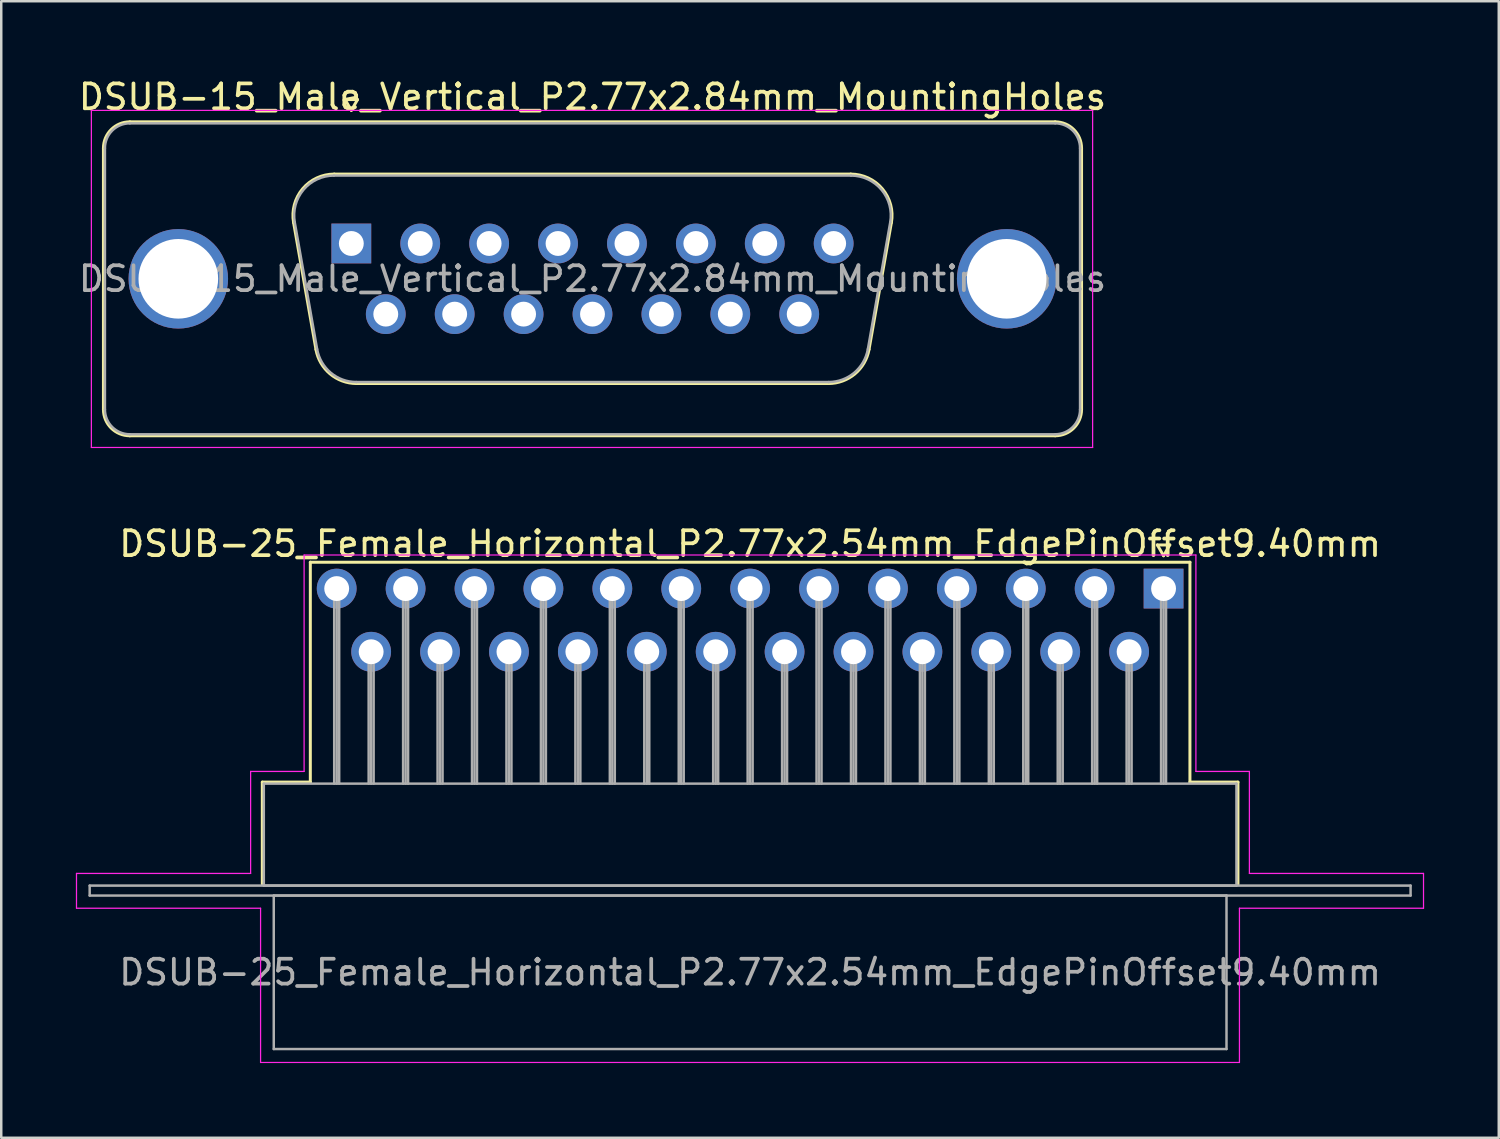
<source format=kicad_pcb>
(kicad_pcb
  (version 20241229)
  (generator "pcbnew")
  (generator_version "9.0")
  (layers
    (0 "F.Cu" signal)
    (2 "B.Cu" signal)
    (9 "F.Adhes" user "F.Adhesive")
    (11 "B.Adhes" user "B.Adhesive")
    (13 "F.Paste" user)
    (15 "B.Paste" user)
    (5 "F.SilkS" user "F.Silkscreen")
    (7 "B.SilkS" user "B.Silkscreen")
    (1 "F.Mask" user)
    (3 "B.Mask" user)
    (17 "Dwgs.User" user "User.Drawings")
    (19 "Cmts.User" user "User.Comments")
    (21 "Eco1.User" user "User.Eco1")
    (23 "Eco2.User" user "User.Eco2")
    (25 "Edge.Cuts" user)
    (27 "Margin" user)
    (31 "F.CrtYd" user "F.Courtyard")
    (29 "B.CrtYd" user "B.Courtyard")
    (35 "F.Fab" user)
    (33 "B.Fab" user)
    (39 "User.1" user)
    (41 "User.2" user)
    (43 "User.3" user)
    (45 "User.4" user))
  (footprint "DSUB-25_Female_Horizontal_P2.77x2.54mm_EdgePinOffset9.40mm"
    (layer "F.Cu")
    (at 43.725 20.611)
    (property "Reference" "DSUB-25_Female_Horizontal_P2.77x2.54mm_EdgePinOffset9.40mm" (at -16.62 -1.8 0) (layer "F.SilkS") (effects (font (size 1 1) (thickness 0.15))))
    (attr through_hole)
    (fp_line (start -36.23 7.78) (end -34.3 7.78) (stroke (width 0.12) (type solid)) (layer "F.SilkS"))
    (fp_line (start -36.23 11.88) (end -36.23 7.78) (stroke (width 0.12) (type solid)) (layer "F.SilkS"))
    (fp_line (start -34.3 -1.06) (end 1.06 -1.06) (stroke (width 0.12) (type solid)) (layer "F.SilkS"))
    (fp_line (start -34.3 7.78) (end -34.3 -1.06) (stroke (width 0.12) (type solid)) (layer "F.SilkS"))
    (fp_line (start -0.25 -1.754) (end 0.25 -1.754) (stroke (width 0.12) (type solid)) (layer "F.SilkS"))
    (fp_line (start 0 -1.321) (end -0.25 -1.754) (stroke (width 0.12) (type solid)) (layer "F.SilkS"))
    (fp_line (start 0.25 -1.754) (end 0 -1.321) (stroke (width 0.12) (type solid)) (layer "F.SilkS"))
    (fp_line (start 1.06 -1.06) (end 1.06 7.78) (stroke (width 0.12) (type solid)) (layer "F.SilkS"))
    (fp_line (start 1.06 7.78) (end 2.99 7.78) (stroke (width 0.12) (type solid)) (layer "F.SilkS"))
    (fp_line (start 2.99 7.78) (end 2.99 11.88) (stroke (width 0.12) (type solid)) (layer "F.SilkS"))
    (fp_line (start -43.7 11.45) (end -36.7 11.45) (stroke (width 0.05) (type solid)) (layer "F.CrtYd"))
    (fp_line (start -43.7 12.85) (end -43.7 11.45) (stroke (width 0.05) (type solid)) (layer "F.CrtYd"))
    (fp_line (start -36.7 7.35) (end -34.55 7.35) (stroke (width 0.05) (type solid)) (layer "F.CrtYd"))
    (fp_line (start -36.7 11.45) (end -36.7 7.35) (stroke (width 0.05) (type solid)) (layer "F.CrtYd"))
    (fp_line (start -36.3 12.85) (end -43.7 12.85) (stroke (width 0.05) (type solid)) (layer "F.CrtYd"))
    (fp_line (start -36.3 19.05) (end -36.3 12.85) (stroke (width 0.05) (type solid)) (layer "F.CrtYd"))
    (fp_line (start -34.55 -1.35) (end 1.3 -1.35) (stroke (width 0.05) (type solid)) (layer "F.CrtYd"))
    (fp_line (start -34.55 7.35) (end -34.55 -1.35) (stroke (width 0.05) (type solid)) (layer "F.CrtYd"))
    (fp_line (start 1.3 -1.35) (end 1.3 7.35) (stroke (width 0.05) (type solid)) (layer "F.CrtYd"))
    (fp_line (start 1.3 7.35) (end 3.45 7.35) (stroke (width 0.05) (type solid)) (layer "F.CrtYd"))
    (fp_line (start 3.05 12.85) (end 3.05 19.05) (stroke (width 0.05) (type solid)) (layer "F.CrtYd"))
    (fp_line (start 3.05 19.05) (end -36.3 19.05) (stroke (width 0.05) (type solid)) (layer "F.CrtYd"))
    (fp_line (start 3.45 7.35) (end 3.45 11.45) (stroke (width 0.05) (type solid)) (layer "F.CrtYd"))
    (fp_line (start 3.45 11.45) (end 10.45 11.45) (stroke (width 0.05) (type solid)) (layer "F.CrtYd"))
    (fp_line (start 10.45 11.45) (end 10.45 12.85) (stroke (width 0.05) (type solid)) (layer "F.CrtYd"))
    (fp_line (start 10.45 12.85) (end 3.05 12.85) (stroke (width 0.05) (type solid)) (layer "F.CrtYd"))
    (fp_line (start -43.17 11.94) (end -43.17 12.34) (stroke (width 0.1) (type solid)) (layer "F.Fab"))
    (fp_line (start -43.17 12.34) (end 9.93 12.34) (stroke (width 0.1) (type solid)) (layer "F.Fab"))
    (fp_line (start -36.17 7.84) (end -36.17 11.94) (stroke (width 0.1) (type solid)) (layer "F.Fab"))
    (fp_line (start -36.17 11.94) (end 2.93 11.94) (stroke (width 0.1) (type solid)) (layer "F.Fab"))
    (fp_line (start -35.77 12.34) (end -35.77 18.51) (stroke (width 0.1) (type solid)) (layer "F.Fab"))
    (fp_line (start -35.77 18.51) (end 2.53 18.51) (stroke (width 0.1) (type solid)) (layer "F.Fab"))
    (fp_line (start -33.34 0) (end -33.34 7.84) (stroke (width 0.1) (type solid)) (layer "F.Fab"))
    (fp_line (start -33.24 0) (end -33.24 7.84) (stroke (width 0.1) (type solid)) (layer "F.Fab"))
    (fp_line (start -33.14 0) (end -33.14 7.84) (stroke (width 0.1) (type solid)) (layer "F.Fab"))
    (fp_line (start -31.955 2.54) (end -31.955 7.84) (stroke (width 0.1) (type solid)) (layer "F.Fab"))
    (fp_line (start -31.855 2.54) (end -31.855 7.84) (stroke (width 0.1) (type solid)) (layer "F.Fab"))
    (fp_line (start -31.755 2.54) (end -31.755 7.84) (stroke (width 0.1) (type solid)) (layer "F.Fab"))
    (fp_line (start -30.57 0) (end -30.57 7.84) (stroke (width 0.1) (type solid)) (layer "F.Fab"))
    (fp_line (start -30.47 0) (end -30.47 7.84) (stroke (width 0.1) (type solid)) (layer "F.Fab"))
    (fp_line (start -30.37 0) (end -30.37 7.84) (stroke (width 0.1) (type solid)) (layer "F.Fab"))
    (fp_line (start -29.185 2.54) (end -29.185 7.84) (stroke (width 0.1) (type solid)) (layer "F.Fab"))
    (fp_line (start -29.085 2.54) (end -29.085 7.84) (stroke (width 0.1) (type solid)) (layer "F.Fab"))
    (fp_line (start -28.985 2.54) (end -28.985 7.84) (stroke (width 0.1) (type solid)) (layer "F.Fab"))
    (fp_line (start -27.8 0) (end -27.8 7.84) (stroke (width 0.1) (type solid)) (layer "F.Fab"))
    (fp_line (start -27.7 0) (end -27.7 7.84) (stroke (width 0.1) (type solid)) (layer "F.Fab"))
    (fp_line (start -27.6 0) (end -27.6 7.84) (stroke (width 0.1) (type solid)) (layer "F.Fab"))
    (fp_line (start -26.415 2.54) (end -26.415 7.84) (stroke (width 0.1) (type solid)) (layer "F.Fab"))
    (fp_line (start -26.315 2.54) (end -26.315 7.84) (stroke (width 0.1) (type solid)) (layer "F.Fab"))
    (fp_line (start -26.215 2.54) (end -26.215 7.84) (stroke (width 0.1) (type solid)) (layer "F.Fab"))
    (fp_line (start -25.03 0) (end -25.03 7.84) (stroke (width 0.1) (type solid)) (layer "F.Fab"))
    (fp_line (start -24.93 0) (end -24.93 7.84) (stroke (width 0.1) (type solid)) (layer "F.Fab"))
    (fp_line (start -24.83 0) (end -24.83 7.84) (stroke (width 0.1) (type solid)) (layer "F.Fab"))
    (fp_line (start -23.645 2.54) (end -23.645 7.84) (stroke (width 0.1) (type solid)) (layer "F.Fab"))
    (fp_line (start -23.545 2.54) (end -23.545 7.84) (stroke (width 0.1) (type solid)) (layer "F.Fab"))
    (fp_line (start -23.445 2.54) (end -23.445 7.84) (stroke (width 0.1) (type solid)) (layer "F.Fab"))
    (fp_line (start -22.26 0) (end -22.26 7.84) (stroke (width 0.1) (type solid)) (layer "F.Fab"))
    (fp_line (start -22.16 0) (end -22.16 7.84) (stroke (width 0.1) (type solid)) (layer "F.Fab"))
    (fp_line (start -22.06 0) (end -22.06 7.84) (stroke (width 0.1) (type solid)) (layer "F.Fab"))
    (fp_line (start -20.875 2.54) (end -20.875 7.84) (stroke (width 0.1) (type solid)) (layer "F.Fab"))
    (fp_line (start -20.775 2.54) (end -20.775 7.84) (stroke (width 0.1) (type solid)) (layer "F.Fab"))
    (fp_line (start -20.675 2.54) (end -20.675 7.84) (stroke (width 0.1) (type solid)) (layer "F.Fab"))
    (fp_line (start -19.49 0) (end -19.49 7.84) (stroke (width 0.1) (type solid)) (layer "F.Fab"))
    (fp_line (start -19.39 0) (end -19.39 7.84) (stroke (width 0.1) (type solid)) (layer "F.Fab"))
    (fp_line (start -19.29 0) (end -19.29 7.84) (stroke (width 0.1) (type solid)) (layer "F.Fab"))
    (fp_line (start -18.105 2.54) (end -18.105 7.84) (stroke (width 0.1) (type solid)) (layer "F.Fab"))
    (fp_line (start -18.005 2.54) (end -18.005 7.84) (stroke (width 0.1) (type solid)) (layer "F.Fab"))
    (fp_line (start -17.905 2.54) (end -17.905 7.84) (stroke (width 0.1) (type solid)) (layer "F.Fab"))
    (fp_line (start -16.72 0) (end -16.72 7.84) (stroke (width 0.1) (type solid)) (layer "F.Fab"))
    (fp_line (start -16.62 0) (end -16.62 7.84) (stroke (width 0.1) (type solid)) (layer "F.Fab"))
    (fp_line (start -16.52 0) (end -16.52 7.84) (stroke (width 0.1) (type solid)) (layer "F.Fab"))
    (fp_line (start -15.335 2.54) (end -15.335 7.84) (stroke (width 0.1) (type solid)) (layer "F.Fab"))
    (fp_line (start -15.235 2.54) (end -15.235 7.84) (stroke (width 0.1) (type solid)) (layer "F.Fab"))
    (fp_line (start -15.135 2.54) (end -15.135 7.84) (stroke (width 0.1) (type solid)) (layer "F.Fab"))
    (fp_line (start -13.95 0) (end -13.95 7.84) (stroke (width 0.1) (type solid)) (layer "F.Fab"))
    (fp_line (start -13.85 0) (end -13.85 7.84) (stroke (width 0.1) (type solid)) (layer "F.Fab"))
    (fp_line (start -13.75 0) (end -13.75 7.84) (stroke (width 0.1) (type solid)) (layer "F.Fab"))
    (fp_line (start -12.565 2.54) (end -12.565 7.84) (stroke (width 0.1) (type solid)) (layer "F.Fab"))
    (fp_line (start -12.465 2.54) (end -12.465 7.84) (stroke (width 0.1) (type solid)) (layer "F.Fab"))
    (fp_line (start -12.365 2.54) (end -12.365 7.84) (stroke (width 0.1) (type solid)) (layer "F.Fab"))
    (fp_line (start -11.18 0) (end -11.18 7.84) (stroke (width 0.1) (type solid)) (layer "F.Fab"))
    (fp_line (start -11.08 0) (end -11.08 7.84) (stroke (width 0.1) (type solid)) (layer "F.Fab"))
    (fp_line (start -10.98 0) (end -10.98 7.84) (stroke (width 0.1) (type solid)) (layer "F.Fab"))
    (fp_line (start -9.795 2.54) (end -9.795 7.84) (stroke (width 0.1) (type solid)) (layer "F.Fab"))
    (fp_line (start -9.695 2.54) (end -9.695 7.84) (stroke (width 0.1) (type solid)) (layer "F.Fab"))
    (fp_line (start -9.595 2.54) (end -9.595 7.84) (stroke (width 0.1) (type solid)) (layer "F.Fab"))
    (fp_line (start -8.41 0) (end -8.41 7.84) (stroke (width 0.1) (type solid)) (layer "F.Fab"))
    (fp_line (start -8.31 0) (end -8.31 7.84) (stroke (width 0.1) (type solid)) (layer "F.Fab"))
    (fp_line (start -8.21 0) (end -8.21 7.84) (stroke (width 0.1) (type solid)) (layer "F.Fab"))
    (fp_line (start -7.025 2.54) (end -7.025 7.84) (stroke (width 0.1) (type solid)) (layer "F.Fab"))
    (fp_line (start -6.925 2.54) (end -6.925 7.84) (stroke (width 0.1) (type solid)) (layer "F.Fab"))
    (fp_line (start -6.825 2.54) (end -6.825 7.84) (stroke (width 0.1) (type solid)) (layer "F.Fab"))
    (fp_line (start -5.64 0) (end -5.64 7.84) (stroke (width 0.1) (type solid)) (layer "F.Fab"))
    (fp_line (start -5.54 0) (end -5.54 7.84) (stroke (width 0.1) (type solid)) (layer "F.Fab"))
    (fp_line (start -5.44 0) (end -5.44 7.84) (stroke (width 0.1) (type solid)) (layer "F.Fab"))
    (fp_line (start -4.255 2.54) (end -4.255 7.84) (stroke (width 0.1) (type solid)) (layer "F.Fab"))
    (fp_line (start -4.155 2.54) (end -4.155 7.84) (stroke (width 0.1) (type solid)) (layer "F.Fab"))
    (fp_line (start -4.055 2.54) (end -4.055 7.84) (stroke (width 0.1) (type solid)) (layer "F.Fab"))
    (fp_line (start -2.87 0) (end -2.87 7.84) (stroke (width 0.1) (type solid)) (layer "F.Fab"))
    (fp_line (start -2.77 0) (end -2.77 7.84) (stroke (width 0.1) (type solid)) (layer "F.Fab"))
    (fp_line (start -2.67 0) (end -2.67 7.84) (stroke (width 0.1) (type solid)) (layer "F.Fab"))
    (fp_line (start -1.485 2.54) (end -1.485 7.84) (stroke (width 0.1) (type solid)) (layer "F.Fab"))
    (fp_line (start -1.385 2.54) (end -1.385 7.84) (stroke (width 0.1) (type solid)) (layer "F.Fab"))
    (fp_line (start -1.285 2.54) (end -1.285 7.84) (stroke (width 0.1) (type solid)) (layer "F.Fab"))
    (fp_line (start -0.1 0) (end -0.1 7.84) (stroke (width 0.1) (type solid)) (layer "F.Fab"))
    (fp_line (start 0 0) (end 0 7.84) (stroke (width 0.1) (type solid)) (layer "F.Fab"))
    (fp_line (start 0.1 0) (end 0.1 7.84) (stroke (width 0.1) (type solid)) (layer "F.Fab"))
    (fp_line (start 2.53 12.34) (end -35.77 12.34) (stroke (width 0.1) (type solid)) (layer "F.Fab"))
    (fp_line (start 2.53 18.51) (end 2.53 12.34) (stroke (width 0.1) (type solid)) (layer "F.Fab"))
    (fp_line (start 2.93 7.84) (end -36.17 7.84) (stroke (width 0.1) (type solid)) (layer "F.Fab"))
    (fp_line (start 2.93 11.94) (end 2.93 7.84) (stroke (width 0.1) (type solid)) (layer "F.Fab"))
    (fp_line (start 9.93 11.94) (end -43.17 11.94) (stroke (width 0.1) (type solid)) (layer "F.Fab"))
    (fp_line (start 9.93 12.34) (end 9.93 11.94) (stroke (width 0.1) (type solid)) (layer "F.Fab"))
    (fp_text user "${REFERENCE}" (at -16.62 15.425 0) (layer "F.Fab") (effects (font (size 1 1) (thickness 0.15))))
    (pad "1" thru_hole rect (at 0 0) (size 1.6 1.6) (drill 1) (layers "*.Cu" "*.Mask"))
    (pad "2" thru_hole circle (at -2.77 0) (size 1.6 1.6) (drill 1) (layers "*.Cu" "*.Mask"))
    (pad "3" thru_hole circle (at -5.54 0) (size 1.6 1.6) (drill 1) (layers "*.Cu" "*.Mask"))
    (pad "4" thru_hole circle (at -8.31 0) (size 1.6 1.6) (drill 1) (layers "*.Cu" "*.Mask"))
    (pad "5" thru_hole circle (at -11.08 0) (size 1.6 1.6) (drill 1) (layers "*.Cu" "*.Mask"))
    (pad "6" thru_hole circle (at -13.85 0) (size 1.6 1.6) (drill 1) (layers "*.Cu" "*.Mask"))
    (pad "7" thru_hole circle (at -16.62 0) (size 1.6 1.6) (drill 1) (layers "*.Cu" "*.Mask"))
    (pad "8" thru_hole circle (at -19.39 0) (size 1.6 1.6) (drill 1) (layers "*.Cu" "*.Mask"))
    (pad "9" thru_hole circle (at -22.16 0) (size 1.6 1.6) (drill 1) (layers "*.Cu" "*.Mask"))
    (pad "10" thru_hole circle (at -24.93 0) (size 1.6 1.6) (drill 1) (layers "*.Cu" "*.Mask"))
    (pad "11" thru_hole circle (at -27.7 0) (size 1.6 1.6) (drill 1) (layers "*.Cu" "*.Mask"))
    (pad "12" thru_hole circle (at -30.47 0) (size 1.6 1.6) (drill 1) (layers "*.Cu" "*.Mask"))
    (pad "13" thru_hole circle (at -33.24 0) (size 1.6 1.6) (drill 1) (layers "*.Cu" "*.Mask"))
    (pad "14" thru_hole circle (at -1.385 2.54) (size 1.6 1.6) (drill 1) (layers "*.Cu" "*.Mask"))
    (pad "15" thru_hole circle (at -4.155 2.54) (size 1.6 1.6) (drill 1) (layers "*.Cu" "*.Mask"))
    (pad "16" thru_hole circle (at -6.925 2.54) (size 1.6 1.6) (drill 1) (layers "*.Cu" "*.Mask"))
    (pad "17" thru_hole circle (at -9.695 2.54) (size 1.6 1.6) (drill 1) (layers "*.Cu" "*.Mask"))
    (pad "18" thru_hole circle (at -12.465 2.54) (size 1.6 1.6) (drill 1) (layers "*.Cu" "*.Mask"))
    (pad "19" thru_hole circle (at -15.235 2.54) (size 1.6 1.6) (drill 1) (layers "*.Cu" "*.Mask"))
    (pad "20" thru_hole circle (at -18.005 2.54) (size 1.6 1.6) (drill 1) (layers "*.Cu" "*.Mask"))
    (pad "21" thru_hole circle (at -20.775 2.54) (size 1.6 1.6) (drill 1) (layers "*.Cu" "*.Mask"))
    (pad "22" thru_hole circle (at -23.545 2.54) (size 1.6 1.6) (drill 1) (layers "*.Cu" "*.Mask"))
    (pad "23" thru_hole circle (at -26.315 2.54) (size 1.6 1.6) (drill 1) (layers "*.Cu" "*.Mask"))
    (pad "24" thru_hole circle (at -29.085 2.54) (size 1.6 1.6) (drill 1) (layers "*.Cu" "*.Mask"))
    (pad "25" thru_hole circle (at -31.855 2.54) (size 1.6 1.6) (drill 1) (layers "*.Cu" "*.Mask")))
  (footprint "DSUB-15_Male_Vertical_P2.77x2.84mm_MountingHoles"
    (layer "F.Cu")
    (at 11.073 6.738)
    (property "Reference" "DSUB-15_Male_Vertical_P2.77x2.84mm_MountingHoles" (at 9.695 -5.89 0) (layer "F.SilkS") (effects (font (size 1 1) (thickness 0.15))))
    (attr through_hole)
    (fp_line (start -9.965 6.67) (end -9.965 -3.83) (stroke (width 0.12) (type solid)) (layer "F.SilkS"))
    (fp_line (start -8.905 -4.89) (end 28.295 -4.89) (stroke (width 0.12) (type solid)) (layer "F.SilkS"))
    (fp_line (start -2.321 -0.842) (end -1.422 4.258) (stroke (width 0.12) (type solid)) (layer "F.SilkS"))
    (fp_line (start -0.687 -2.79) (end 20.077 -2.79) (stroke (width 0.12) (type solid)) (layer "F.SilkS"))
    (fp_line (start -0.25 -5.784) (end 0.25 -5.784) (stroke (width 0.12) (type solid)) (layer "F.SilkS"))
    (fp_line (start 0 -5.351) (end -0.25 -5.784) (stroke (width 0.12) (type solid)) (layer "F.SilkS"))
    (fp_line (start 0.213 5.63) (end 19.177 5.63) (stroke (width 0.12) (type solid)) (layer "F.SilkS"))
    (fp_line (start 0.25 -5.784) (end 0 -5.351) (stroke (width 0.12) (type solid)) (layer "F.SilkS"))
    (fp_line (start 21.711 -0.842) (end 20.812 4.258) (stroke (width 0.12) (type solid)) (layer "F.SilkS"))
    (fp_line (start 28.295 7.73) (end -8.905 7.73) (stroke (width 0.12) (type solid)) (layer "F.SilkS"))
    (fp_line (start 29.355 -3.83) (end 29.355 6.67) (stroke (width 0.12) (type solid)) (layer "F.SilkS"))
    (fp_arc (start -9.965 -3.83) (mid -9.654533 -4.579533) (end -8.905 -4.89) (stroke (width 0.12) (type solid)) (layer "F.SilkS"))
    (fp_arc (start -8.905 7.73) (mid -9.654533 7.419533) (end -9.965 6.67) (stroke (width 0.12) (type solid)) (layer "F.SilkS"))
    (fp_arc (start -2.32147 -0.841744) (mid -1.958323 -2.197028) (end -0.686689 -2.79) (stroke (width 0.12) (type solid)) (layer "F.SilkS"))
    (fp_arc (start 0.212579 5.63) (mid -0.854448 5.241634) (end -1.422202 4.258256) (stroke (width 0.12) (type solid)) (layer "F.SilkS"))
    (fp_arc (start 20.076689 -2.79) (mid 21.348323 -2.197027) (end 21.71147 -0.841744) (stroke (width 0.12) (type solid)) (layer "F.SilkS"))
    (fp_arc (start 20.812202 4.258256) (mid 20.244449 5.241634) (end 19.177421 5.63) (stroke (width 0.12) (type solid)) (layer "F.SilkS"))
    (fp_arc (start 28.295 -4.89) (mid 29.044533 -4.579533) (end 29.355 -3.83) (stroke (width 0.12) (type solid)) (layer "F.SilkS"))
    (fp_arc (start 29.355 6.67) (mid 29.044533 7.419533) (end 28.295 7.73) (stroke (width 0.12) (type solid)) (layer "F.SilkS"))
    (fp_line (start -10.45 -5.35) (end -10.45 8.2) (stroke (width 0.05) (type solid)) (layer "F.CrtYd"))
    (fp_line (start -10.45 8.2) (end 29.8 8.2) (stroke (width 0.05) (type solid)) (layer "F.CrtYd"))
    (fp_line (start 29.8 -5.35) (end -10.45 -5.35) (stroke (width 0.05) (type solid)) (layer "F.CrtYd"))
    (fp_line (start 29.8 8.2) (end 29.8 -5.35) (stroke (width 0.05) (type solid)) (layer "F.CrtYd"))
    (fp_line (start -9.905 6.67) (end -9.905 -3.83) (stroke (width 0.1) (type solid)) (layer "F.Fab"))
    (fp_line (start -8.905 -4.83) (end 28.295 -4.83) (stroke (width 0.1) (type solid)) (layer "F.Fab"))
    (fp_line (start -2.274 -0.852) (end -1.375 4.248) (stroke (width 0.1) (type solid)) (layer "F.Fab"))
    (fp_line (start -0.698 -2.73) (end 20.088 -2.73) (stroke (width 0.1) (type solid)) (layer "F.Fab"))
    (fp_line (start 0.201 5.57) (end 19.189 5.57) (stroke (width 0.1) (type solid)) (layer "F.Fab"))
    (fp_line (start 21.664 -0.852) (end 20.765 4.248) (stroke (width 0.1) (type solid)) (layer "F.Fab"))
    (fp_line (start 28.295 7.67) (end -8.905 7.67) (stroke (width 0.1) (type solid)) (layer "F.Fab"))
    (fp_line (start 29.295 -3.83) (end 29.295 6.67) (stroke (width 0.1) (type solid)) (layer "F.Fab"))
    (fp_arc (start -9.905 -3.83) (mid -9.612107 -4.537107) (end -8.905 -4.83) (stroke (width 0.1) (type solid)) (layer "F.Fab"))
    (fp_arc (start -8.905 7.67) (mid -9.612107 7.377107) (end -9.905 6.67) (stroke (width 0.1) (type solid)) (layer "F.Fab"))
    (fp_arc (start -2.273886 -0.852163) (mid -1.923865 -2.15846) (end -0.698194 -2.73) (stroke (width 0.1) (type solid)) (layer "F.Fab"))
    (fp_arc (start 0.201073 5.57) (mid -0.827387 5.195671) (end -1.374619 4.247837) (stroke (width 0.1) (type solid)) (layer "F.Fab"))
    (fp_arc (start 20.088194 -2.73) (mid 21.313865 -2.15846) (end 21.663886 -0.852163) (stroke (width 0.1) (type solid)) (layer "F.Fab"))
    (fp_arc (start 20.764619 4.247837) (mid 20.217387 5.195671) (end 19.188927 5.57) (stroke (width 0.1) (type solid)) (layer "F.Fab"))
    (fp_arc (start 28.295 -4.83) (mid 29.002107 -4.537107) (end 29.295 -3.83) (stroke (width 0.1) (type solid)) (layer "F.Fab"))
    (fp_arc (start 29.295 6.67) (mid 29.002107 7.377107) (end 28.295 7.67) (stroke (width 0.1) (type solid)) (layer "F.Fab"))
    (fp_text user "${REFERENCE}" (at 9.695 1.42 0) (layer "F.Fab") (effects (font (size 1 1) (thickness 0.15))))
    (pad "0" thru_hole circle (at -6.955 1.42) (size 4 4) (drill 3.2) (layers "*.Cu" "*.Mask"))
    (pad "0" thru_hole circle (at 26.345 1.42) (size 4 4) (drill 3.2) (layers "*.Cu" "*.Mask"))
    (pad "1" thru_hole rect (at 0 0) (size 1.6 1.6) (drill 1) (layers "*.Cu" "*.Mask"))
    (pad "2" thru_hole circle (at 2.77 0) (size 1.6 1.6) (drill 1) (layers "*.Cu" "*.Mask"))
    (pad "3" thru_hole circle (at 5.54 0) (size 1.6 1.6) (drill 1) (layers "*.Cu" "*.Mask"))
    (pad "4" thru_hole circle (at 8.31 0) (size 1.6 1.6) (drill 1) (layers "*.Cu" "*.Mask"))
    (pad "5" thru_hole circle (at 11.08 0) (size 1.6 1.6) (drill 1) (layers "*.Cu" "*.Mask"))
    (pad "6" thru_hole circle (at 13.85 0) (size 1.6 1.6) (drill 1) (layers "*.Cu" "*.Mask"))
    (pad "7" thru_hole circle (at 16.62 0) (size 1.6 1.6) (drill 1) (layers "*.Cu" "*.Mask"))
    (pad "8" thru_hole circle (at 19.39 0) (size 1.6 1.6) (drill 1) (layers "*.Cu" "*.Mask"))
    (pad "9" thru_hole circle (at 1.385 2.84) (size 1.6 1.6) (drill 1) (layers "*.Cu" "*.Mask"))
    (pad "10" thru_hole circle (at 4.155 2.84) (size 1.6 1.6) (drill 1) (layers "*.Cu" "*.Mask"))
    (pad "11" thru_hole circle (at 6.925 2.84) (size 1.6 1.6) (drill 1) (layers "*.Cu" "*.Mask"))
    (pad "12" thru_hole circle (at 9.695 2.84) (size 1.6 1.6) (drill 1) (layers "*.Cu" "*.Mask"))
    (pad "13" thru_hole circle (at 12.465 2.84) (size 1.6 1.6) (drill 1) (layers "*.Cu" "*.Mask"))
    (pad "14" thru_hole circle (at 15.235 2.84) (size 1.6 1.6) (drill 1) (layers "*.Cu" "*.Mask"))
    (pad "15" thru_hole circle (at 18.005 2.84) (size 1.6 1.6) (drill 1) (layers "*.Cu" "*.Mask")))
  (gr_rect
    (start -3 -3)
    (end 57.2 42.687)
    (stroke (width 0.1) (type default))
    (fill no)
    (layer "Edge.Cuts")))
</source>
